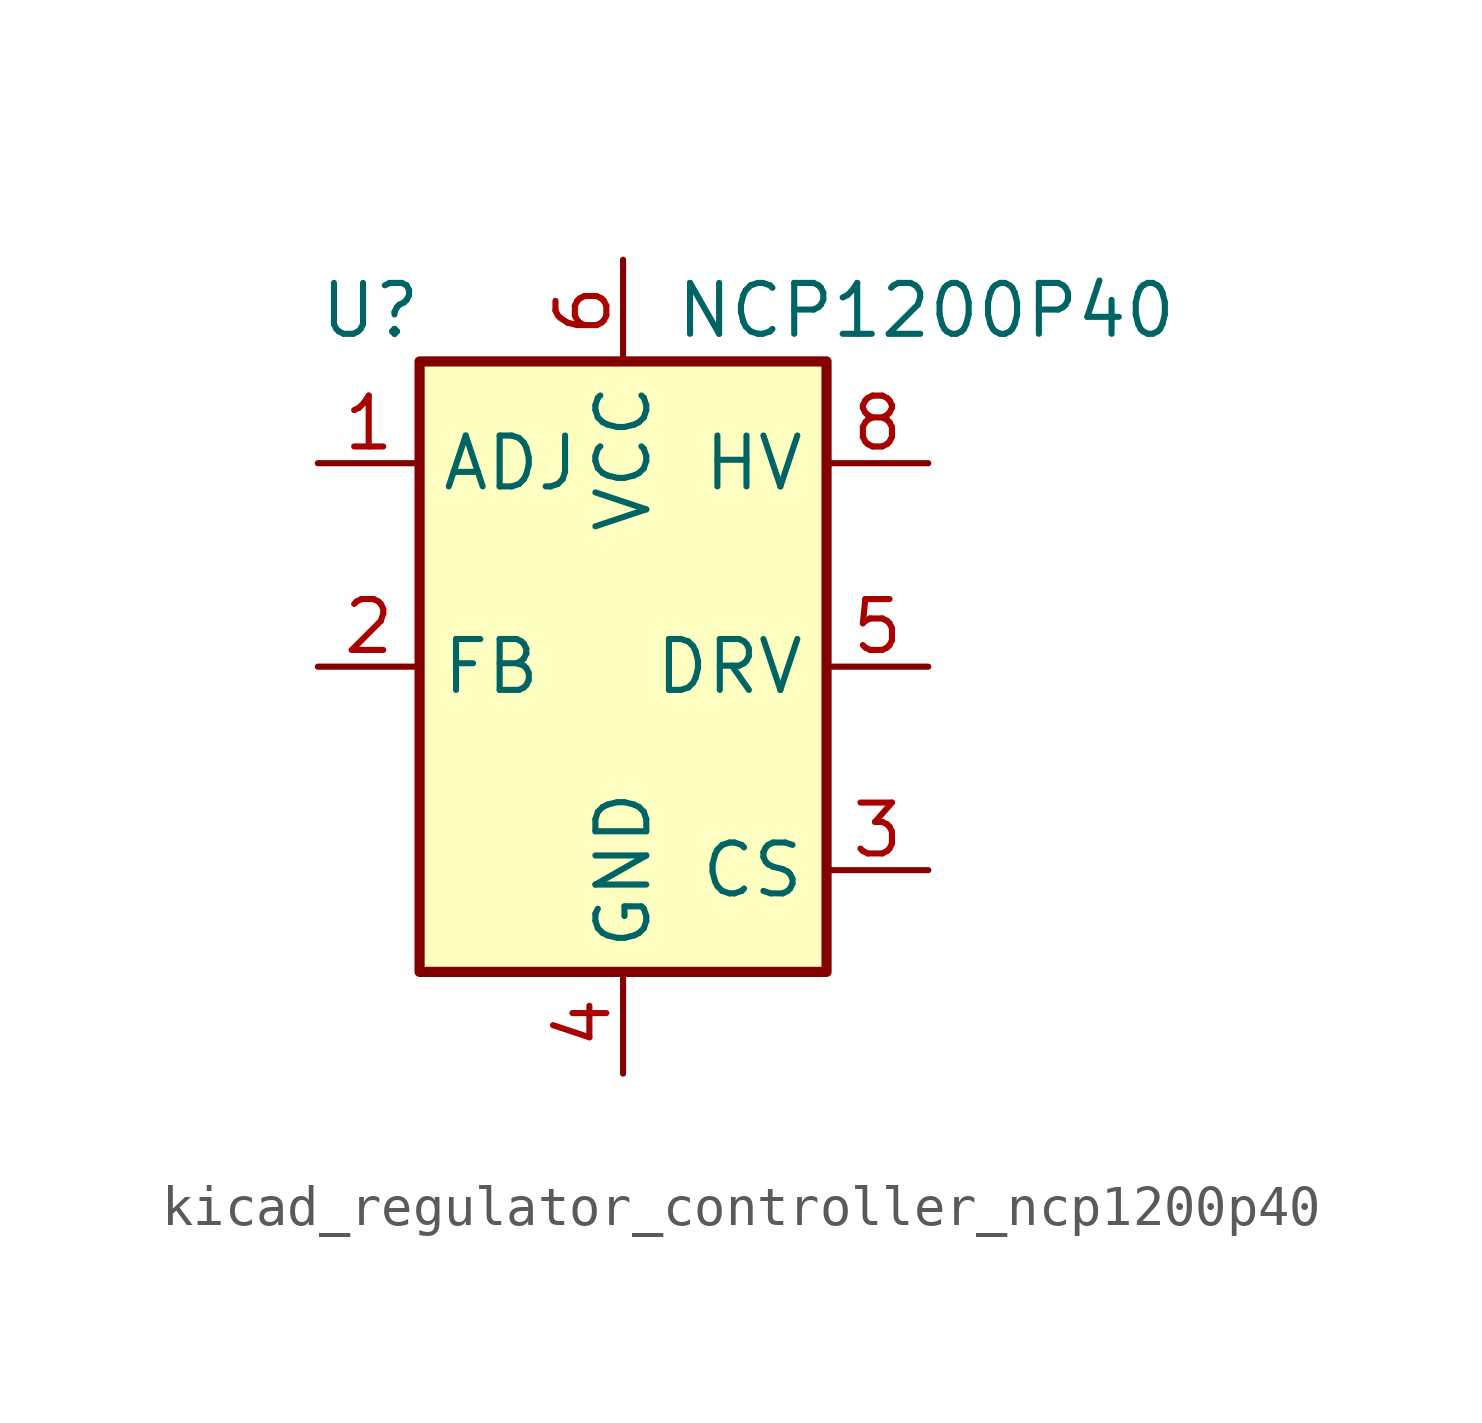
<source format=kicad_sym>
(kicad_symbol_lib
  (version 20220914)
  (generator kicad_symbol_editor)
  (symbol "kicad_regulator_controller_ncp1200p40"
    (property "Reference" "U"
      (at -7.62 8.89 0)
      (effects (font (size 1.27 1.27)) (justify left)))
    (property "Value" "NCP1200P40"
      (at 1.27 8.89 0)
      (effects (font (size 1.27 1.27)) (justify left)))
    (symbol "kicad_regulator_controller_ncp1200p40_0_0"
      (rectangle (start -5.08 7.62) (end 5.08 -7.62) (stroke (width 0.254) (type default)) (fill (type background))))
    (symbol "kicad_regulator_controller_ncp1200p40_1_1"
      (pin input line (at -7.62 5.08 0) (length 2.54) (name "ADJ" (effects (font (size 1.27 1.27)))) (number "1" (effects (font (size 1.27 1.27)))))
      (pin input line (at -7.62 0 0) (length 2.54) (name "FB" (effects (font (size 1.27 1.27)))) (number "2" (effects (font (size 1.27 1.27)))))
      (pin input line (at 7.62 -5.08 180) (length 2.54) (name "CS" (effects (font (size 1.27 1.27)))) (number "3" (effects (font (size 1.27 1.27)))))
      (pin power_in line (at 0 -10.16 90) (length 2.54) (name "GND" (effects (font (size 1.27 1.27)))) (number "4" (effects (font (size 1.27 1.27)))))
      (pin output line (at 7.62 0 180) (length 2.54) (name "DRV" (effects (font (size 1.27 1.27)))) (number "5" (effects (font (size 1.27 1.27)))))
      (pin power_in line (at 0 10.16 270) (length 2.54) (name "VCC" (effects (font (size 1.27 1.27)))) (number "6" (effects (font (size 1.27 1.27)))))
      (pin no_connect line (at -5.08 2.54 0) (length 2.54) hide (name "NC" (effects (font (size 1.27 1.27)))) (number "7" (effects (font (size 1.27 1.27)))))
      (pin input line (at 7.62 5.08 180) (length 2.54) (name "HV" (effects (font (size 1.27 1.27)))) (number "8" (effects (font (size 1.27 1.27))))))))
</source>
